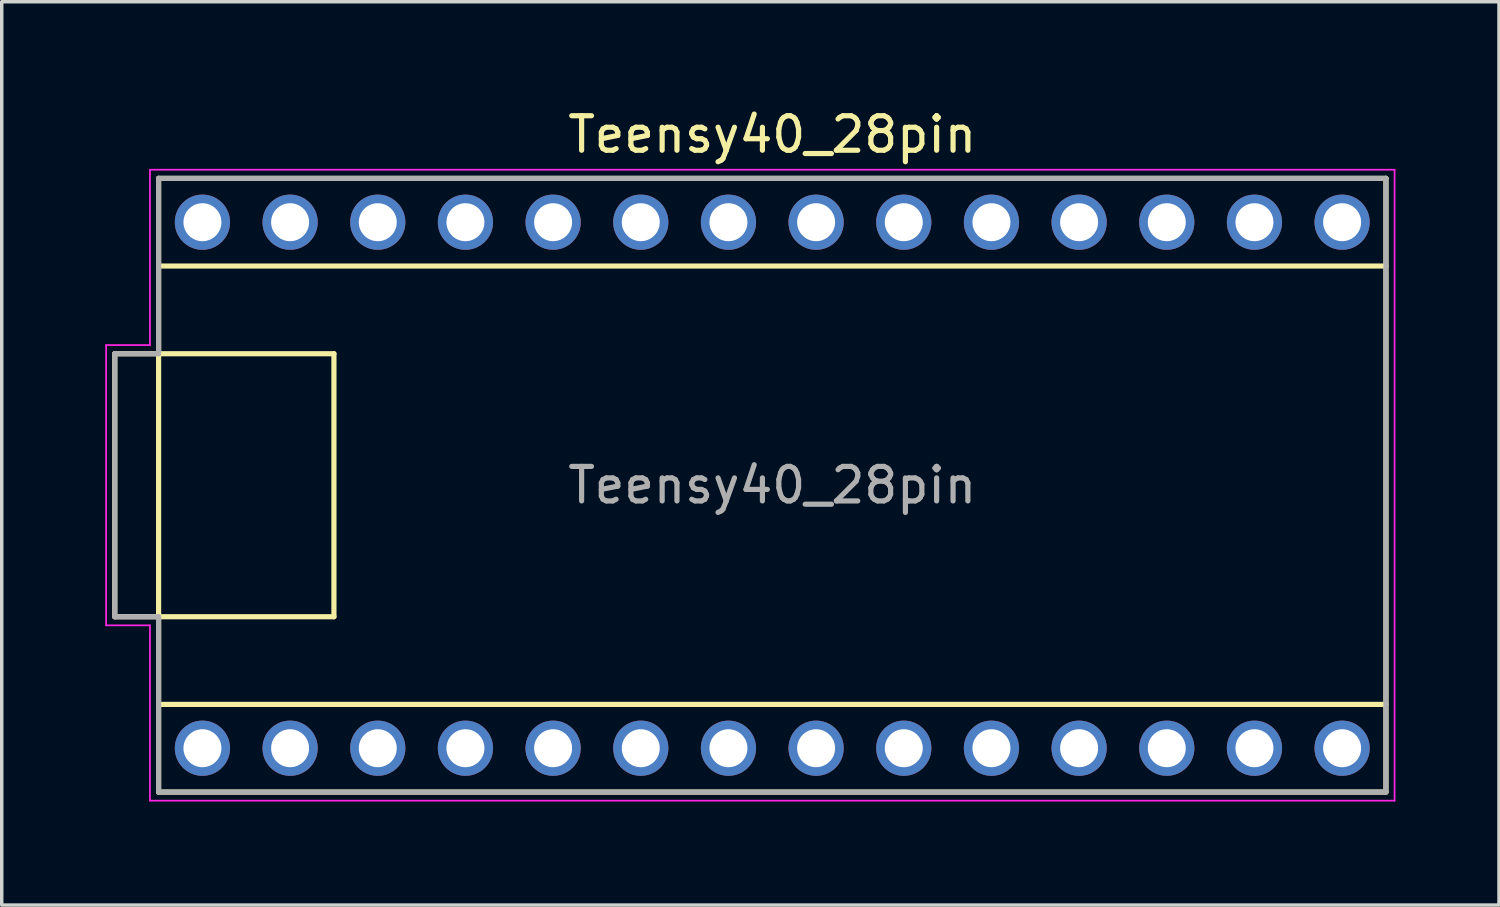
<source format=kicad_pcb>
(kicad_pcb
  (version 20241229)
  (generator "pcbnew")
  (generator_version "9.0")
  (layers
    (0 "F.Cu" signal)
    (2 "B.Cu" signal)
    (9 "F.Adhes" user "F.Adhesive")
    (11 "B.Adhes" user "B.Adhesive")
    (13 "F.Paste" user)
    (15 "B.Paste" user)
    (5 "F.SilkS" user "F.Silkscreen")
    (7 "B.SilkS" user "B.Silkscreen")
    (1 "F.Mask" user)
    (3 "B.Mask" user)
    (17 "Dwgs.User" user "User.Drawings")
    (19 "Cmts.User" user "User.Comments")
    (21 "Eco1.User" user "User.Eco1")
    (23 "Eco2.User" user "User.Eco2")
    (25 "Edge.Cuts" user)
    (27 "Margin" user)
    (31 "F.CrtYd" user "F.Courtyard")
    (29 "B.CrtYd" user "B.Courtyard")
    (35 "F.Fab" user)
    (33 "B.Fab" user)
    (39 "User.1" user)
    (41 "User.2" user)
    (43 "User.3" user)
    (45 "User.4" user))
  (footprint "Teensy40_28pin"
    (layer "F.Cu")
    (at 19.325 11.008)
    (property "Reference" "Teensy40_28pin" (at 0 -10.16 0) (layer "F.SilkS") (effects (font (size 1 1) (thickness 0.15))))
    (attr through_hole)
    (fp_line (start -19.05 -3.81) (end -17.78 -3.81) (stroke (width 0.15) (type solid)) (layer "F.SilkS"))
    (fp_line (start -19.05 3.81) (end -19.05 -3.81) (stroke (width 0.15) (type solid)) (layer "F.SilkS"))
    (fp_line (start -17.78 -8.89) (end 17.78 -8.89) (stroke (width 0.15) (type solid)) (layer "F.SilkS"))
    (fp_line (start -17.78 -6.35) (end 17.78 -6.35) (stroke (width 0.15) (type solid)) (layer "F.SilkS"))
    (fp_line (start -17.78 3.81) (end -19.05 3.81) (stroke (width 0.15) (type solid)) (layer "F.SilkS"))
    (fp_line (start -17.78 6.35) (end 17.78 6.35) (stroke (width 0.15) (type solid)) (layer "F.SilkS"))
    (fp_line (start -17.78 8.89) (end -17.78 -8.89) (stroke (width 0.15) (type solid)) (layer "F.SilkS"))
    (fp_line (start -12.7 -3.81) (end -17.78 -3.81) (stroke (width 0.15) (type solid)) (layer "F.SilkS"))
    (fp_line (start -12.7 3.81) (end -17.78 3.81) (stroke (width 0.15) (type solid)) (layer "F.SilkS"))
    (fp_line (start -12.7 3.81) (end -12.7 -3.81) (stroke (width 0.15) (type solid)) (layer "F.SilkS"))
    (fp_line (start 17.78 -8.89) (end 17.78 8.89) (stroke (width 0.15) (type solid)) (layer "F.SilkS"))
    (fp_line (start 17.78 8.89) (end -17.78 8.89) (stroke (width 0.15) (type solid)) (layer "F.SilkS"))
    (fp_line (start -19.3 -4.06) (end -18.03 -4.06) (stroke (width 0.05) (type solid)) (layer "F.CrtYd"))
    (fp_line (start -19.3 4.06) (end -19.3 -4.06) (stroke (width 0.05) (type solid)) (layer "F.CrtYd"))
    (fp_line (start -19.3 4.06) (end -18.03 4.06) (stroke (width 0.05) (type solid)) (layer "F.CrtYd"))
    (fp_line (start -18.03 -9.14) (end 18.03 -9.14) (stroke (width 0.05) (type solid)) (layer "F.CrtYd"))
    (fp_line (start -18.03 -4.06) (end -18.03 -9.14) (stroke (width 0.05) (type solid)) (layer "F.CrtYd"))
    (fp_line (start -18.03 9.14) (end -18.03 4.06) (stroke (width 0.05) (type solid)) (layer "F.CrtYd"))
    (fp_line (start -18.03 9.14) (end 18.03 9.14) (stroke (width 0.05) (type solid)) (layer "F.CrtYd"))
    (fp_line (start 18.03 9.14) (end 18.03 -9.14) (stroke (width 0.05) (type solid)) (layer "F.CrtYd"))
    (fp_line (start -19.05 -3.81) (end -17.78 -3.81) (stroke (width 0.15) (type solid)) (layer "F.Fab"))
    (fp_line (start -19.05 3.81) (end -19.05 -3.81) (stroke (width 0.15) (type solid)) (layer "F.Fab"))
    (fp_line (start -17.78 -8.89) (end 17.78 -8.89) (stroke (width 0.15) (type solid)) (layer "F.Fab"))
    (fp_line (start -17.78 -3.81) (end -17.78 -8.89) (stroke (width 0.15) (type solid)) (layer "F.Fab"))
    (fp_line (start -17.78 3.81) (end -19.05 3.81) (stroke (width 0.15) (type solid)) (layer "F.Fab"))
    (fp_line (start -17.78 8.89) (end -17.78 3.81) (stroke (width 0.15) (type solid)) (layer "F.Fab"))
    (fp_line (start 17.78 -8.89) (end 17.78 8.89) (stroke (width 0.15) (type solid)) (layer "F.Fab"))
    (fp_line (start 17.78 8.89) (end -17.78 8.89) (stroke (width 0.15) (type solid)) (layer "F.Fab"))
    (fp_text user "${REFERENCE}" (at 0 0 0) (layer "F.Fab") (effects (font (size 1 1) (thickness 0.15))))
    (pad "1" thru_hole circle (at -16.51 7.62) (size 1.6 1.6) (drill 1.1) (layers "*.Cu" "*.Mask"))
    (pad "2" thru_hole circle (at -13.97 7.62) (size 1.6 1.6) (drill 1.1) (layers "*.Cu" "*.Mask"))
    (pad "3" thru_hole circle (at -11.43 7.62) (size 1.6 1.6) (drill 1.1) (layers "*.Cu" "*.Mask"))
    (pad "4" thru_hole circle (at -8.89 7.62) (size 1.6 1.6) (drill 1.1) (layers "*.Cu" "*.Mask"))
    (pad "5" thru_hole circle (at -6.35 7.62) (size 1.6 1.6) (drill 1.1) (layers "*.Cu" "*.Mask"))
    (pad "6" thru_hole circle (at -3.81 7.62) (size 1.6 1.6) (drill 1.1) (layers "*.Cu" "*.Mask"))
    (pad "7" thru_hole circle (at -1.27 7.62) (size 1.6 1.6) (drill 1.1) (layers "*.Cu" "*.Mask"))
    (pad "8" thru_hole circle (at 1.27 7.62) (size 1.6 1.6) (drill 1.1) (layers "*.Cu" "*.Mask"))
    (pad "9" thru_hole circle (at 3.81 7.62) (size 1.6 1.6) (drill 1.1) (layers "*.Cu" "*.Mask"))
    (pad "10" thru_hole circle (at 6.35 7.62) (size 1.6 1.6) (drill 1.1) (layers "*.Cu" "*.Mask"))
    (pad "11" thru_hole circle (at 8.89 7.62) (size 1.6 1.6) (drill 1.1) (layers "*.Cu" "*.Mask"))
    (pad "12" thru_hole circle (at 11.43 7.62) (size 1.6 1.6) (drill 1.1) (layers "*.Cu" "*.Mask"))
    (pad "13" thru_hole circle (at 13.97 7.62) (size 1.6 1.6) (drill 1.1) (layers "*.Cu" "*.Mask"))
    (pad "14" thru_hole circle (at 16.51 7.62) (size 1.6 1.6) (drill 1.1) (layers "*.Cu" "*.Mask"))
    (pad "20" thru_hole circle (at 16.51 -7.62) (size 1.6 1.6) (drill 1.1) (layers "*.Cu" "*.Mask"))
    (pad "21" thru_hole circle (at 13.97 -7.62) (size 1.6 1.6) (drill 1.1) (layers "*.Cu" "*.Mask"))
    (pad "22" thru_hole circle (at 11.43 -7.62) (size 1.6 1.6) (drill 1.1) (layers "*.Cu" "*.Mask"))
    (pad "23" thru_hole circle (at 8.89 -7.62) (size 1.6 1.6) (drill 1.1) (layers "*.Cu" "*.Mask"))
    (pad "24" thru_hole circle (at 6.35 -7.62) (size 1.6 1.6) (drill 1.1) (layers "*.Cu" "*.Mask"))
    (pad "25" thru_hole circle (at 3.81 -7.62) (size 1.6 1.6) (drill 1.1) (layers "*.Cu" "*.Mask"))
    (pad "26" thru_hole circle (at 1.27 -7.62) (size 1.6 1.6) (drill 1.1) (layers "*.Cu" "*.Mask"))
    (pad "27" thru_hole circle (at -1.27 -7.62) (size 1.6 1.6) (drill 1.1) (layers "*.Cu" "*.Mask"))
    (pad "28" thru_hole circle (at -3.81 -7.62) (size 1.6 1.6) (drill 1.1) (layers "*.Cu" "*.Mask"))
    (pad "29" thru_hole circle (at -6.35 -7.62) (size 1.6 1.6) (drill 1.1) (layers "*.Cu" "*.Mask"))
    (pad "30" thru_hole circle (at -8.89 -7.62) (size 1.6 1.6) (drill 1.1) (layers "*.Cu" "*.Mask"))
    (pad "31" thru_hole circle (at -11.43 -7.62) (size 1.6 1.6) (drill 1.1) (layers "*.Cu" "*.Mask"))
    (pad "32" thru_hole circle (at -13.97 -7.62) (size 1.6 1.6) (drill 1.1) (layers "*.Cu" "*.Mask"))
    (pad "33" thru_hole circle (at -16.51 -7.62) (size 1.6 1.6) (drill 1.1) (layers "*.Cu" "*.Mask")))
  (gr_rect
    (start -3 -3)
    (end 40.38 23.173)
    (stroke (width 0.1) (type default))
    (fill no)
    (layer "Edge.Cuts")))
</source>
